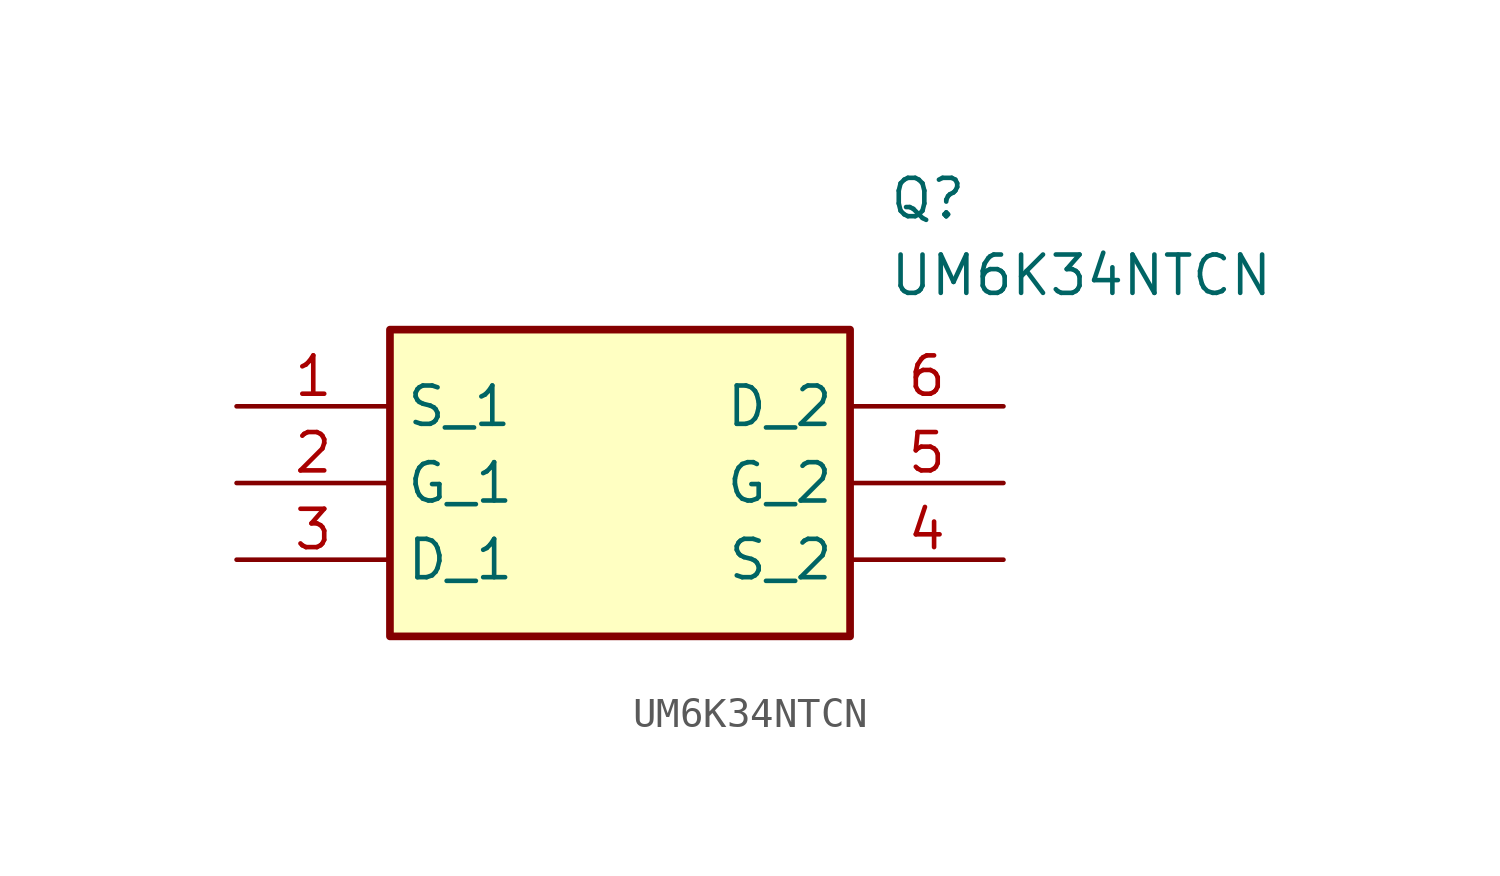
<source format=kicad_sym>
(kicad_symbol_lib
  (version 20211014)
  (generator SamacSys_ECAD_Model)
  (symbol "UM6K34NTCN"
    (property "Reference" "Q"
      (at 21.59 7.62 0)
      (effects (font (size 1.27 1.27)) (justify left top)))
    (property "Value" "UM6K34NTCN"
      (at 21.59 5.08 0)
      (effects (font (size 1.27 1.27)) (justify left top)))
    (rectangle
      (start 5.08 2.54)
      (end 20.32 -7.62)
      (stroke (width 0.254) (type default))
      (fill (type background)))
    (pin passive line
      (at 0 0 0)
      (length 5.08)
      (name "S_1" (effects (font (size 1.27 1.27))))
      (number "1" (effects (font (size 1.27 1.27)))))
    (pin passive line
      (at 0 -2.54 0)
      (length 5.08)
      (name "G_1" (effects (font (size 1.27 1.27))))
      (number "2" (effects (font (size 1.27 1.27)))))
    (pin passive line
      (at 0 -5.08 0)
      (length 5.08)
      (name "D_1" (effects (font (size 1.27 1.27))))
      (number "3" (effects (font (size 1.27 1.27)))))
    (pin passive line
      (at 25.4 0 180)
      (length 5.08)
      (name "D_2" (effects (font (size 1.27 1.27))))
      (number "6" (effects (font (size 1.27 1.27)))))
    (pin passive line
      (at 25.4 -2.54 180)
      (length 5.08)
      (name "G_2" (effects (font (size 1.27 1.27))))
      (number "5" (effects (font (size 1.27 1.27)))))
    (pin passive line
      (at 25.4 -5.08 180)
      (length 5.08)
      (name "S_2" (effects (font (size 1.27 1.27))))
      (number "4" (effects (font (size 1.27 1.27)))))))
</source>
